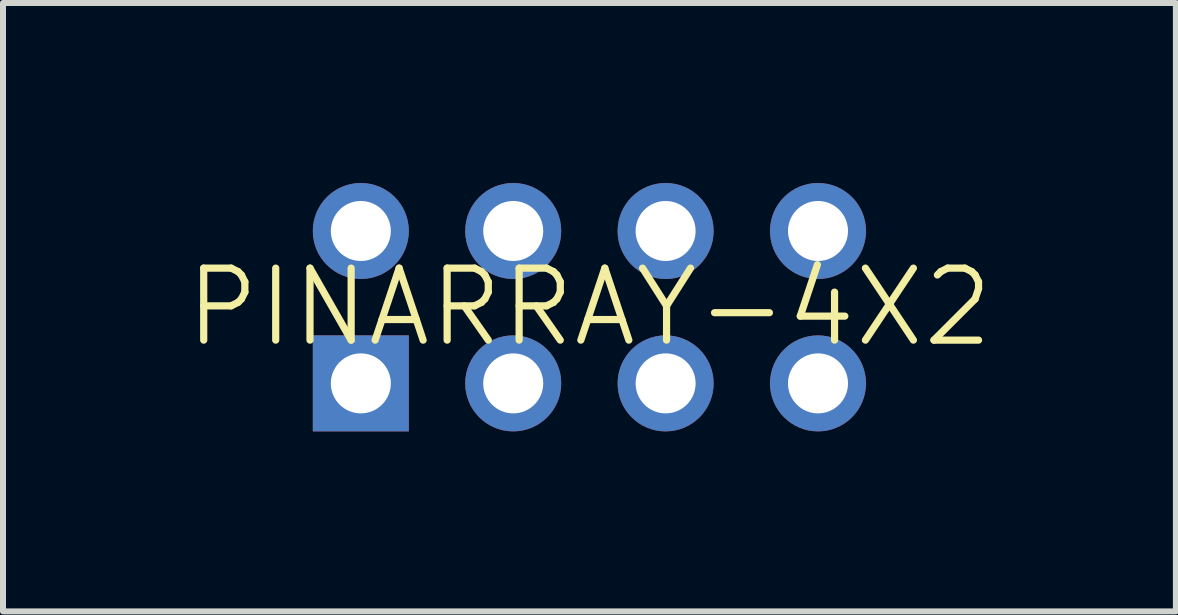
<source format=kicad_pcb>
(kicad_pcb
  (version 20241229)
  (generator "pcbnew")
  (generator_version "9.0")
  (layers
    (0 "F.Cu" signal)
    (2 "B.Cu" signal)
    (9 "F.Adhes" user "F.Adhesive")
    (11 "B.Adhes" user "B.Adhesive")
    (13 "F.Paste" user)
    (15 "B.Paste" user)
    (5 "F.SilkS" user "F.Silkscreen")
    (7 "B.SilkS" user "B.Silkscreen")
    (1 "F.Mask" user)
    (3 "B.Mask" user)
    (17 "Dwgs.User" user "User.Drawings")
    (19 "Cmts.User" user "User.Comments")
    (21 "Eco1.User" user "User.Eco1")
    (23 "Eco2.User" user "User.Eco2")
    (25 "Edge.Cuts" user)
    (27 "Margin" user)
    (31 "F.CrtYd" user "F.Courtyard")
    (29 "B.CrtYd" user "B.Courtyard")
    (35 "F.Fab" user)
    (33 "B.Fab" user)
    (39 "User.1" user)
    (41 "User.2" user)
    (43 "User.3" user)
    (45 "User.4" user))
  (footprint "PINARRAY-4X2"
    (layer "F.Cu")
    (at 6.774 2.07)
    (property "Reference" "PINARRAY-4X2" (at 0 0 0) (layer "F.SilkS") (effects (font (size 1.2 1.2) (thickness 0.12))))
    (attr through_hole)
    (pad "1" thru_hole rect (at -3.81 1.27) (size 1.6 1.6) (drill 1) (layers "*.Cu" "*.Mask"))
    (pad "2" thru_hole circle (at -3.81 -1.27) (size 1.6 1.6) (drill 1) (layers "*.Cu" "*.Mask"))
    (pad "3" thru_hole circle (at -1.27 1.27) (size 1.6 1.6) (drill 1) (layers "*.Cu" "*.Mask"))
    (pad "4" thru_hole circle (at -1.27 -1.27) (size 1.6 1.6) (drill 1) (layers "*.Cu" "*.Mask"))
    (pad "5" thru_hole circle (at 1.27 1.27) (size 1.6 1.6) (drill 1) (layers "*.Cu" "*.Mask"))
    (pad "6" thru_hole circle (at 1.27 -1.27) (size 1.6 1.6) (drill 1) (layers "*.Cu" "*.Mask"))
    (pad "7" thru_hole circle (at 3.81 1.27) (size 1.6 1.6) (drill 1) (layers "*.Cu" "*.Mask"))
    (pad "8" thru_hole circle (at 3.81 -1.27) (size 1.6 1.6) (drill 1) (layers "*.Cu" "*.Mask")))
  (gr_rect
    (start -3 -3)
    (end 16.549 7.14)
    (stroke (width 0.1) (type default))
    (fill no)
    (layer "Edge.Cuts")))
</source>
